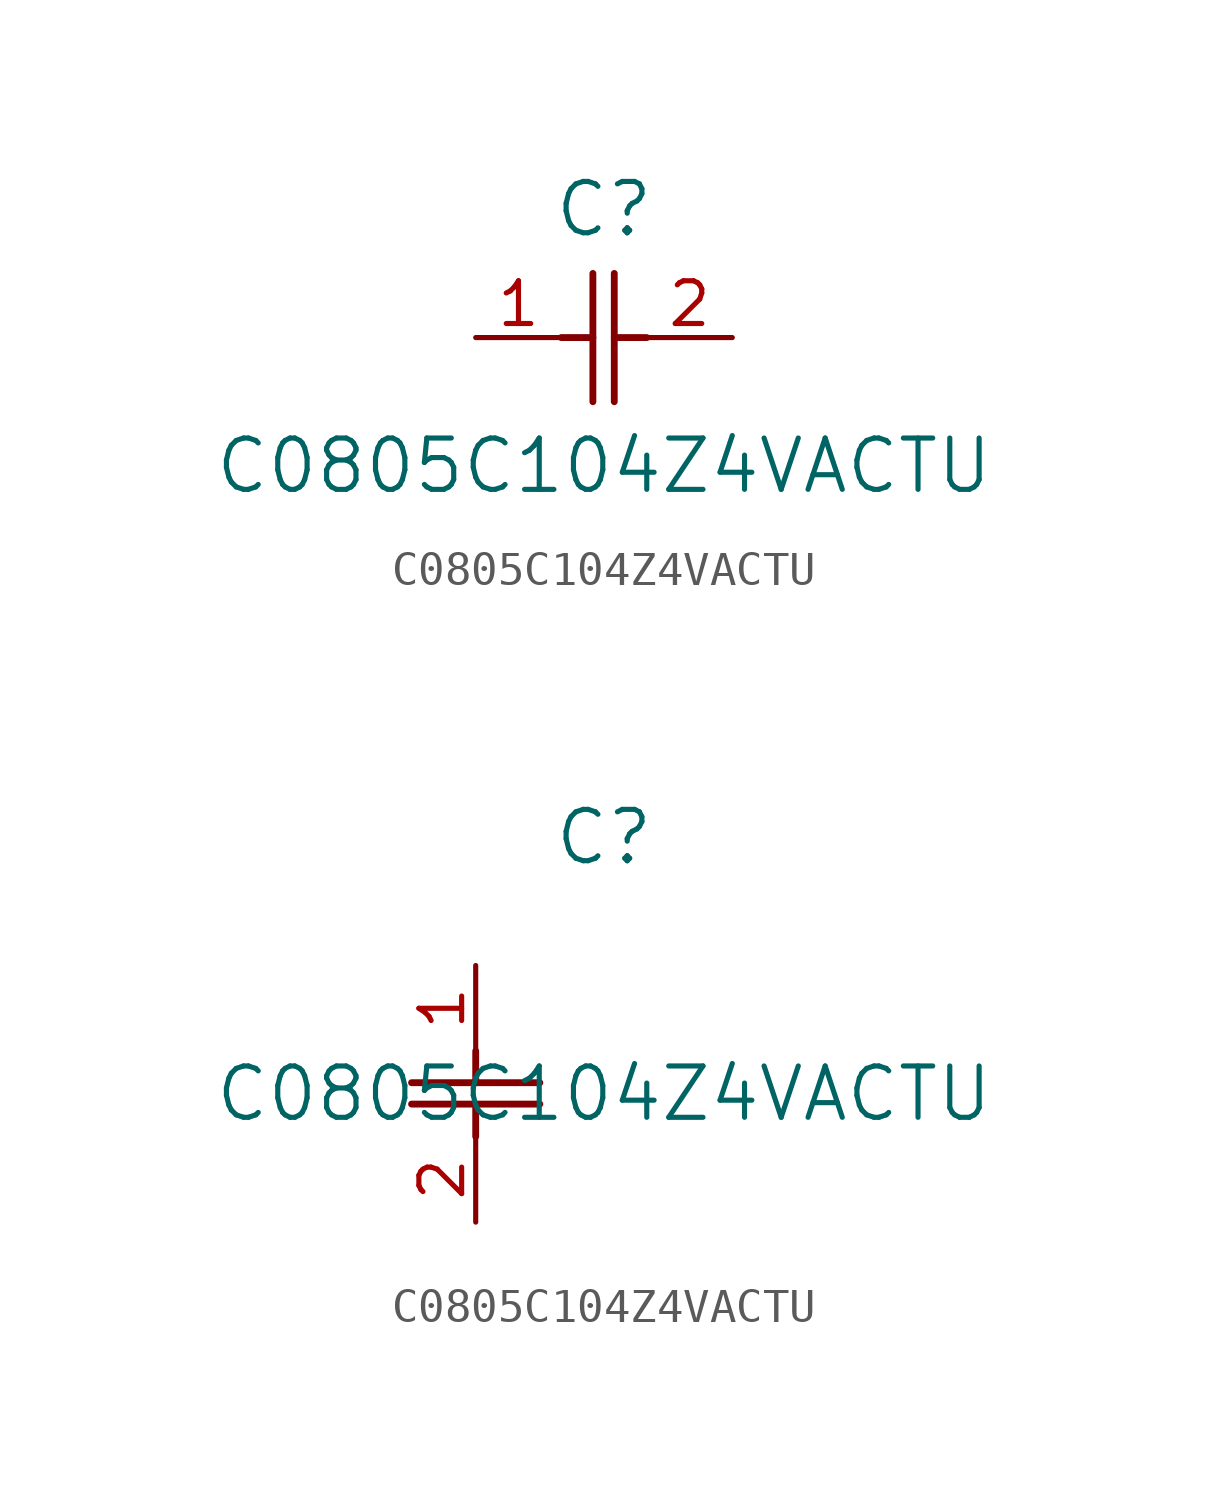
<source format=kicad_sym>
(kicad_symbol_lib
  (version 20211014)
  (generator kicad_symbol_editor)
  (symbol "C0805C104Z4VACTU"
    (pin_names
      (offset 0.254))
    (property "Reference" "C"
      (at 3.81 3.81 0)
      (effects (font (size 1.524 1.524))))
    (property "Value" "C0805C104Z4VACTU"
      (at 3.81 -3.81 0)
      (effects (font (size 1.524 1.524))))
    (symbol "C0805C104Z4VACTU_1_1"
      (polyline (pts (xy 3.48 -1.905) (xy 3.48 1.905)) (stroke (width 0.203) (type default) (color 0 0 0 0)) (fill (type none)))
      (polyline (pts (xy 4.115 -1.905) (xy 4.115 1.905)) (stroke (width 0.203) (type default) (color 0 0 0 0)) (fill (type none)))
      (polyline (pts (xy 4.115 0) (xy 5.08 0)) (stroke (width 0.203) (type default) (color 0 0 0 0)) (fill (type none)))
      (polyline (pts (xy 2.54 0) (xy 3.48 0)) (stroke (width 0.203) (type default) (color 0 0 0 0)) (fill (type none)))
      (pin unspecified line (at 0 0 0) (length 2.54) (name "" (effects (font (size 1.27 1.27)))) (number "1" (effects (font (size 1.27 1.27)))))
      (pin unspecified line (at 7.62 0 180) (length 2.54) (name "" (effects (font (size 1.27 1.27)))) (number "2" (effects (font (size 1.27 1.27))))))
    (symbol "C0805C104Z4VACTU_1_2"
      (polyline (pts (xy -1.905 -3.48) (xy 1.905 -3.48)) (stroke (width 0.203) (type default) (color 0 0 0 0)) (fill (type none)))
      (polyline (pts (xy -1.905 -4.115) (xy 1.905 -4.115)) (stroke (width 0.203) (type default) (color 0 0 0 0)) (fill (type none)))
      (polyline (pts (xy 0 -4.115) (xy 0 -5.08)) (stroke (width 0.203) (type default) (color 0 0 0 0)) (fill (type none)))
      (polyline (pts (xy 0 -2.54) (xy 0 -3.48)) (stroke (width 0.203) (type default) (color 0 0 0 0)) (fill (type none)))
      (pin unspecified line (at 0 0 270) (length 2.54) (name "" (effects (font (size 1.27 1.27)))) (number "1" (effects (font (size 1.27 1.27)))))
      (pin unspecified line (at 0 -7.62 90) (length 2.54) (name "" (effects (font (size 1.27 1.27)))) (number "2" (effects (font (size 1.27 1.27))))))))
</source>
